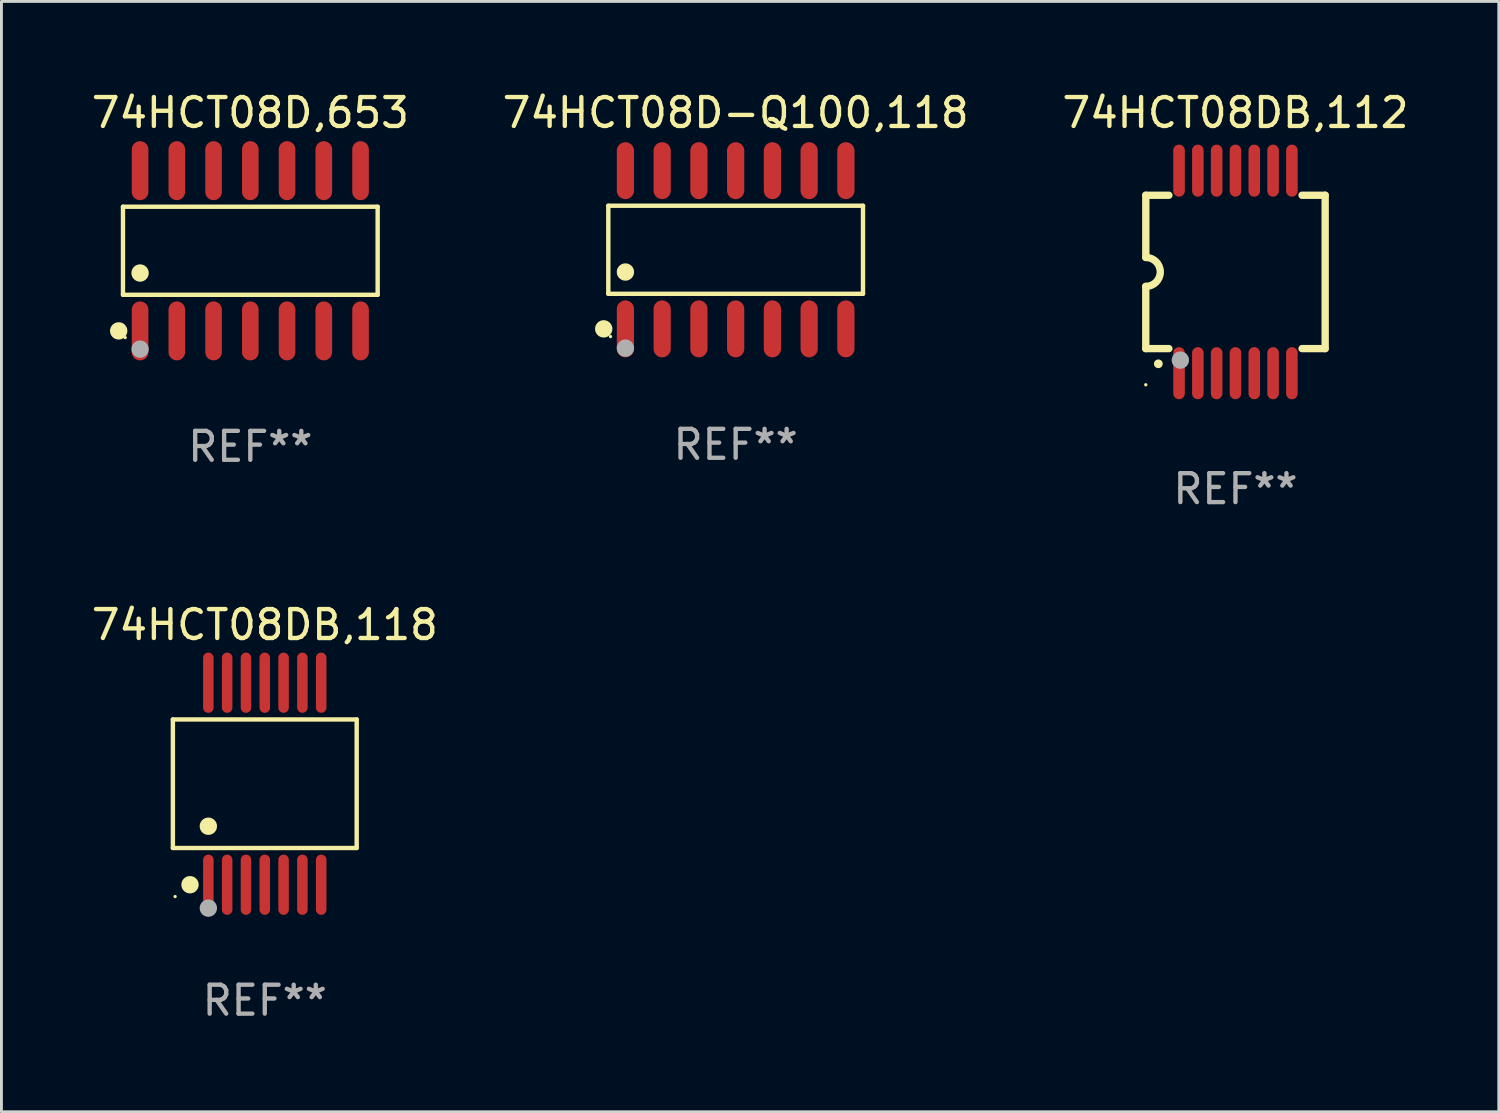
<source format=kicad_pcb>
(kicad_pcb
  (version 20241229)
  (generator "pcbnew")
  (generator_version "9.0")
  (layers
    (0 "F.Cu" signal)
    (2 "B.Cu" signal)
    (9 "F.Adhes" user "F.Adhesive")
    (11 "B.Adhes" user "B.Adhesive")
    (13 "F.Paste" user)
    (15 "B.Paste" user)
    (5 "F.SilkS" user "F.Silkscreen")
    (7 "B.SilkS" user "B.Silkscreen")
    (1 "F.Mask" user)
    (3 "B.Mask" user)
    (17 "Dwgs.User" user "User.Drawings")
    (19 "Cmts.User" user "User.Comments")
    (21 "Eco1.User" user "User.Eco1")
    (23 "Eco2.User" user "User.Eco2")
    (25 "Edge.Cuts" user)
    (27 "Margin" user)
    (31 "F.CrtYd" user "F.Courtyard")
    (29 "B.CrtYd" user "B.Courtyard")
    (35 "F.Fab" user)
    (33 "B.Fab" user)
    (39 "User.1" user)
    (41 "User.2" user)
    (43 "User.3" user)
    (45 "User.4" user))
  (footprint "74HCT08D-Q100,118"
    (layer "F.Cu")
    (at 22.375 5.582)
    (property "Reference" "74HCT08D-Q100,118" (at 0 -4.734 0) (layer "F.SilkS") (effects (font (size 1 1) (thickness 0.15))))
    (attr through_hole)
    (fp_line (start -4.401 -1.521) (end 4.401 -1.521) (stroke (width 0.152) (type solid)) (layer "F.SilkS"))
    (fp_line (start -4.401 1.521) (end -4.401 -1.521) (stroke (width 0.152) (type solid)) (layer "F.SilkS"))
    (fp_line (start 4.401 -1.521) (end 4.401 1.521) (stroke (width 0.152) (type solid)) (layer "F.SilkS"))
    (fp_line (start 4.401 1.521) (end -4.401 1.521) (stroke (width 0.152) (type solid)) (layer "F.SilkS"))
    (fp_circle (center -4.56 2.734) (end -4.41 2.734) (stroke (width 0.3) (type solid)) (fill no) (layer "F.SilkS"))
    (fp_circle (center -4.325 3) (end -4.295 3) (stroke (width 0.06) (type solid)) (fill no) (layer "F.SilkS"))
    (fp_circle (center -3.81 0.769) (end -3.66 0.769) (stroke (width 0.3) (type solid)) (fill no) (layer "F.SilkS"))
    (fp_circle (center -3.81 3.4) (end -3.66 3.4) (stroke (width 0.3) (type solid)) (fill no) (layer "F.Fab"))
    (fp_text user "REF**" (at 0 6.734 0) (layer "F.Fab") (effects (font (size 1 1) (thickness 0.15))))
    (pad "1" smd oval (at -3.81 2.734) (size 0.595 1.968) (layers "F.Cu" "F.Mask" "F.Paste"))
    (pad "2" smd oval (at -2.54 2.734) (size 0.595 1.968) (layers "F.Cu" "F.Mask" "F.Paste"))
    (pad "3" smd oval (at -1.27 2.734) (size 0.595 1.968) (layers "F.Cu" "F.Mask" "F.Paste"))
    (pad "4" smd oval (at 0 2.734) (size 0.595 1.968) (layers "F.Cu" "F.Mask" "F.Paste"))
    (pad "5" smd oval (at 1.27 2.734) (size 0.595 1.968) (layers "F.Cu" "F.Mask" "F.Paste"))
    (pad "6" smd oval (at 2.54 2.734) (size 0.595 1.968) (layers "F.Cu" "F.Mask" "F.Paste"))
    (pad "7" smd oval (at 3.81 2.734) (size 0.595 1.968) (layers "F.Cu" "F.Mask" "F.Paste"))
    (pad "8" smd oval (at 3.81 -2.734) (size 0.595 1.968) (layers "F.Cu" "F.Mask" "F.Paste"))
    (pad "9" smd oval (at 2.54 -2.734) (size 0.595 1.968) (layers "F.Cu" "F.Mask" "F.Paste"))
    (pad "10" smd oval (at 1.27 -2.734) (size 0.595 1.968) (layers "F.Cu" "F.Mask" "F.Paste"))
    (pad "11" smd oval (at 0 -2.734) (size 0.595 1.968) (layers "F.Cu" "F.Mask" "F.Paste"))
    (pad "12" smd oval (at -1.27 -2.734) (size 0.595 1.968) (layers "F.Cu" "F.Mask" "F.Paste"))
    (pad "13" smd oval (at -2.54 -2.734) (size 0.595 1.968) (layers "F.Cu" "F.Mask" "F.Paste"))
    (pad "14" smd oval (at -3.81 -2.734) (size 0.595 1.968) (layers "F.Cu" "F.Mask" "F.Paste")))
  (footprint "74HCT08DB,112"
    (layer "F.Cu")
    (at 39.649 6.348)
    (property "Reference" "74HCT08DB,112" (at 0 -5.5 0) (layer "F.SilkS") (effects (font (size 1 1) (thickness 0.15))))
    (attr through_hole)
    (fp_line (start -3.1 2.65) (end -3.1 0.5) (stroke (width 0.254) (type solid)) (layer "F.SilkS"))
    (fp_line (start -3.099 -2.65) (end -2.301 -2.65) (stroke (width 0.254) (type solid)) (layer "F.SilkS"))
    (fp_line (start -3.099 -0.5) (end -3.099 -2.65) (stroke (width 0.254) (type solid)) (layer "F.SilkS"))
    (fp_line (start -2.301 2.65) (end -3.1 2.65) (stroke (width 0.254) (type solid)) (layer "F.SilkS"))
    (fp_line (start 2.301 -2.65) (end 3.1 -2.65) (stroke (width 0.254) (type solid)) (layer "F.SilkS"))
    (fp_line (start 3.1 -2.65) (end 3.1 2.65) (stroke (width 0.254) (type solid)) (layer "F.SilkS"))
    (fp_line (start 3.1 2.65) (end 2.301 2.65) (stroke (width 0.254) (type solid)) (layer "F.SilkS"))
    (fp_arc (start -3.098806 -0.500381) (mid -2.598806 0) (end -3.098806 0.500381) (stroke (width 0.254001) (type solid)) (layer "F.SilkS"))
    (fp_arc (start -2.667005 3.175006) (mid -2.665735 3.175001) (end -2.664465 3.175006) (stroke (width 0.3) (type solid)) (layer "F.SilkS"))
    (fp_circle (center -3.1 3.9) (end -3.07 3.9) (stroke (width 0.06) (type solid)) (fill no) (layer "F.SilkS"))
    (fp_circle (center -1.905 3.048) (end -1.755 3.048) (stroke (width 0.3) (type solid)) (fill no) (layer "F.Fab"))
    (fp_text user "REF**" (at 0 7.5 0) (layer "F.Fab") (effects (font (size 1 1) (thickness 0.15))))
    (pad "1" smd oval (at -1.95 3.5 270) (size 1.8 0.4) (layers "F.Cu" "F.Mask" "F.Paste"))
    (pad "2" smd oval (at -1.3 3.5 270) (size 1.8 0.4) (layers "F.Cu" "F.Mask" "F.Paste"))
    (pad "3" smd oval (at -0.65 3.5 270) (size 1.8 0.4) (layers "F.Cu" "F.Mask" "F.Paste"))
    (pad "4" smd oval (at 0 3.5 270) (size 1.8 0.4) (layers "F.Cu" "F.Mask" "F.Paste"))
    (pad "5" smd oval (at 0.65 3.5 270) (size 1.8 0.4) (layers "F.Cu" "F.Mask" "F.Paste"))
    (pad "6" smd oval (at 1.3 3.5 270) (size 1.8 0.4) (layers "F.Cu" "F.Mask" "F.Paste"))
    (pad "7" smd oval (at 1.95 3.5 270) (size 1.8 0.4) (layers "F.Cu" "F.Mask" "F.Paste"))
    (pad "8" smd oval (at 1.95 -3.5 90) (size 1.8 0.4) (layers "F.Cu" "F.Mask" "F.Paste"))
    (pad "9" smd oval (at 1.3 -3.5 90) (size 1.8 0.4) (layers "F.Cu" "F.Mask" "F.Paste"))
    (pad "10" smd oval (at 0.65 -3.5 90) (size 1.8 0.4) (layers "F.Cu" "F.Mask" "F.Paste"))
    (pad "11" smd oval (at 0 -3.5 90) (size 1.8 0.4) (layers "F.Cu" "F.Mask" "F.Paste"))
    (pad "12" smd oval (at -0.65 -3.5 90) (size 1.8 0.4) (layers "F.Cu" "F.Mask" "F.Paste"))
    (pad "13" smd oval (at -1.3 -3.5 90) (size 1.8 0.4) (layers "F.Cu" "F.Mask" "F.Paste"))
    (pad "14" smd oval (at -1.95 -3.5 90) (size 1.8 0.4) (layers "F.Cu" "F.Mask" "F.Paste")))
  (footprint "74HCT08DB,118"
    (layer "F.Cu")
    (at 6.101 24.036)
    (property "Reference" "74HCT08DB,118" (at 0 -5.491 0) (layer "F.SilkS") (effects (font (size 1 1) (thickness 0.15))))
    (attr through_hole)
    (fp_line (start -3.176 -2.221) (end 3.176 -2.221) (stroke (width 0.152) (type solid)) (layer "F.SilkS"))
    (fp_line (start -3.176 2.221) (end -3.176 -2.221) (stroke (width 0.152) (type solid)) (layer "F.SilkS"))
    (fp_line (start 3.176 -2.221) (end 3.176 2.221) (stroke (width 0.152) (type solid)) (layer "F.SilkS"))
    (fp_line (start 3.176 2.221) (end -3.176 2.221) (stroke (width 0.152) (type solid)) (layer "F.SilkS"))
    (fp_circle (center -3.1 3.9) (end -3.07 3.9) (stroke (width 0.06) (type solid)) (fill no) (layer "F.SilkS"))
    (fp_circle (center -2.584 3.491) (end -2.434 3.491) (stroke (width 0.3) (type solid)) (fill no) (layer "F.SilkS"))
    (fp_circle (center -1.95 1.469) (end -1.8 1.469) (stroke (width 0.3) (type solid)) (fill no) (layer "F.SilkS"))
    (fp_circle (center -1.95 4.3) (end -1.8 4.3) (stroke (width 0.3) (type solid)) (fill no) (layer "F.Fab"))
    (fp_text user "REF**" (at 0 7.491 0) (layer "F.Fab") (effects (font (size 1 1) (thickness 0.15))))
    (pad "1" smd oval (at -1.95 3.491) (size 0.364 2.082) (layers "F.Cu" "F.Mask" "F.Paste"))
    (pad "2" smd oval (at -1.3 3.491) (size 0.364 2.082) (layers "F.Cu" "F.Mask" "F.Paste"))
    (pad "3" smd oval (at -0.65 3.491) (size 0.364 2.082) (layers "F.Cu" "F.Mask" "F.Paste"))
    (pad "4" smd oval (at 0 3.491) (size 0.364 2.082) (layers "F.Cu" "F.Mask" "F.Paste"))
    (pad "5" smd oval (at 0.65 3.491) (size 0.364 2.082) (layers "F.Cu" "F.Mask" "F.Paste"))
    (pad "6" smd oval (at 1.3 3.491) (size 0.364 2.082) (layers "F.Cu" "F.Mask" "F.Paste"))
    (pad "7" smd oval (at 1.95 3.491) (size 0.364 2.082) (layers "F.Cu" "F.Mask" "F.Paste"))
    (pad "8" smd oval (at 1.95 -3.491) (size 0.364 2.082) (layers "F.Cu" "F.Mask" "F.Paste"))
    (pad "9" smd oval (at 1.3 -3.491) (size 0.364 2.082) (layers "F.Cu" "F.Mask" "F.Paste"))
    (pad "10" smd oval (at 0.65 -3.491) (size 0.364 2.082) (layers "F.Cu" "F.Mask" "F.Paste"))
    (pad "11" smd oval (at 0 -3.491) (size 0.364 2.082) (layers "F.Cu" "F.Mask" "F.Paste"))
    (pad "12" smd oval (at -0.65 -3.491) (size 0.364 2.082) (layers "F.Cu" "F.Mask" "F.Paste"))
    (pad "13" smd oval (at -1.3 -3.491) (size 0.364 2.082) (layers "F.Cu" "F.Mask" "F.Paste"))
    (pad "14" smd oval (at -1.95 -3.491) (size 0.364 2.082) (layers "F.Cu" "F.Mask" "F.Paste")))
  (footprint "74HCT08D,653"
    (layer "F.Cu")
    (at 5.601 5.617)
    (property "Reference" "74HCT08D,653" (at 0 -4.769 0) (layer "F.SilkS") (effects (font (size 1 1) (thickness 0.15))))
    (attr through_hole)
    (fp_line (start -4.401 -1.521) (end 4.401 -1.521) (stroke (width 0.152) (type solid)) (layer "F.SilkS"))
    (fp_line (start -4.401 1.521) (end -4.401 -1.521) (stroke (width 0.152) (type solid)) (layer "F.SilkS"))
    (fp_line (start 4.401 -1.521) (end 4.401 1.521) (stroke (width 0.152) (type solid)) (layer "F.SilkS"))
    (fp_line (start 4.401 1.521) (end -4.401 1.521) (stroke (width 0.152) (type solid)) (layer "F.SilkS"))
    (fp_circle (center -4.549 2.769) (end -4.399 2.769) (stroke (width 0.3) (type solid)) (fill no) (layer "F.SilkS"))
    (fp_circle (center -4.325 3) (end -4.295 3) (stroke (width 0.06) (type solid)) (fill no) (layer "F.SilkS"))
    (fp_circle (center -3.81 0.769) (end -3.66 0.769) (stroke (width 0.3) (type solid)) (fill no) (layer "F.SilkS"))
    (fp_circle (center -3.81 3.4) (end -3.66 3.4) (stroke (width 0.3) (type solid)) (fill no) (layer "F.Fab"))
    (fp_text user "REF**" (at 0 6.769 0) (layer "F.Fab") (effects (font (size 1 1) (thickness 0.15))))
    (pad "1" smd oval (at -3.81 2.769) (size 0.574 2.038) (layers "F.Cu" "F.Mask" "F.Paste"))
    (pad "2" smd oval (at -2.54 2.769) (size 0.574 2.038) (layers "F.Cu" "F.Mask" "F.Paste"))
    (pad "3" smd oval (at -1.27 2.769) (size 0.574 2.038) (layers "F.Cu" "F.Mask" "F.Paste"))
    (pad "4" smd oval (at 0 2.769) (size 0.574 2.038) (layers "F.Cu" "F.Mask" "F.Paste"))
    (pad "5" smd oval (at 1.27 2.769) (size 0.574 2.038) (layers "F.Cu" "F.Mask" "F.Paste"))
    (pad "6" smd oval (at 2.54 2.769) (size 0.574 2.038) (layers "F.Cu" "F.Mask" "F.Paste"))
    (pad "7" smd oval (at 3.81 2.769) (size 0.574 2.038) (layers "F.Cu" "F.Mask" "F.Paste"))
    (pad "8" smd oval (at 3.81 -2.769) (size 0.574 2.038) (layers "F.Cu" "F.Mask" "F.Paste"))
    (pad "9" smd oval (at 2.54 -2.769) (size 0.574 2.038) (layers "F.Cu" "F.Mask" "F.Paste"))
    (pad "10" smd oval (at 1.27 -2.769) (size 0.574 2.038) (layers "F.Cu" "F.Mask" "F.Paste"))
    (pad "11" smd oval (at 0 -2.769) (size 0.574 2.038) (layers "F.Cu" "F.Mask" "F.Paste"))
    (pad "12" smd oval (at -1.27 -2.769) (size 0.574 2.038) (layers "F.Cu" "F.Mask" "F.Paste"))
    (pad "13" smd oval (at -2.54 -2.769) (size 0.574 2.038) (layers "F.Cu" "F.Mask" "F.Paste"))
    (pad "14" smd oval (at -3.81 -2.769) (size 0.574 2.038) (layers "F.Cu" "F.Mask" "F.Paste")))
  (gr_rect
    (start -3 -3)
    (end 48.75 35.375)
    (stroke (width 0.1) (type default))
    (fill no)
    (layer "Edge.Cuts")))
</source>
